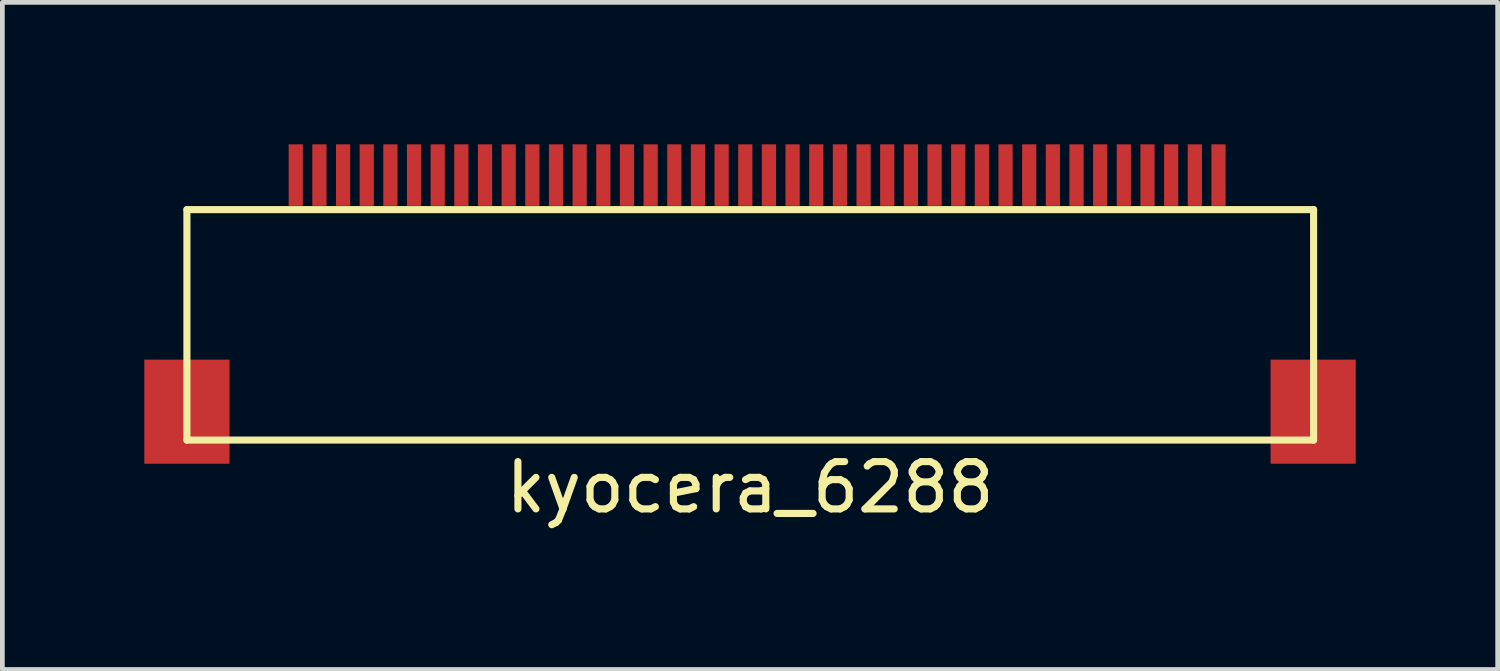
<source format=kicad_pcb>
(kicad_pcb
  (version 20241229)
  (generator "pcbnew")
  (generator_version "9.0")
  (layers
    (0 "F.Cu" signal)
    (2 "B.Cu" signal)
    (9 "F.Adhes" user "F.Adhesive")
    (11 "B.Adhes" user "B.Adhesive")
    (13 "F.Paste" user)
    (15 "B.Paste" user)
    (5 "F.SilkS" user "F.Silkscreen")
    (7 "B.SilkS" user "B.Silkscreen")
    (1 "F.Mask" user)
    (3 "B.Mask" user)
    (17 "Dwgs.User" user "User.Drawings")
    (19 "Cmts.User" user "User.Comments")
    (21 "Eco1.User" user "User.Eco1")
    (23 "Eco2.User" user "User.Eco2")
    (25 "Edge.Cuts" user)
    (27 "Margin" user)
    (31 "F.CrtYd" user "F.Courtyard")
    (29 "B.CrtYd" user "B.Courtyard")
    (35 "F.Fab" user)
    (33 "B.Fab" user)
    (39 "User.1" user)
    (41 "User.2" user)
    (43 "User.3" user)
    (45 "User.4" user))
  (footprint "kyocera_6288"
    (layer "F.Cu")
    (at 12.8 6.75)
    (property "Reference" "kyocera_6288" (at 0 0.5 0) (layer "F.SilkS") (effects (font (size 1 1) (thickness 0.15))))
    (attr through_hole)
    (fp_line (start -11.9 -0.5) (end -11.9 -5.37) (stroke (width 0.15) (type solid)) (layer "F.SilkS"))
    (fp_line (start 11.91 -0.5) (end 11.91 -5.37) (stroke (width 0.15) (type solid)) (layer "F.SilkS"))
    (fp_line (start 11.91 -5.37) (end -11.9 -5.37) (stroke (width 0.15) (type solid)) (layer "F.SilkS"))
    (fp_line (start 11.91 -0.5) (end -11.9 -0.5) (stroke (width 0.15) (type solid)) (layer "F.SilkS"))
    (pad "" smd rect (at -11.9 -1.1) (size 1.8 2.2) (layers "F.Cu" "F.Mask" "F.Paste"))
    (pad "" smd rect (at 11.9 -1.1) (size 1.8 2.2) (layers "F.Cu" "F.Mask" "F.Paste"))
    (pad "1" smd rect (at -9.6 -6.1) (size 0.3 1.3) (layers "F.Cu" "F.Mask" "F.Paste"))
    (pad "2" smd rect (at -9.1 -6.1) (size 0.3 1.3) (layers "F.Cu" "F.Mask" "F.Paste"))
    (pad "3" smd rect (at -8.6 -6.1) (size 0.3 1.3) (layers "F.Cu" "F.Mask" "F.Paste"))
    (pad "4" smd rect (at -8.1 -6.1) (size 0.3 1.3) (layers "F.Cu" "F.Mask" "F.Paste"))
    (pad "5" smd rect (at -7.6 -6.1) (size 0.3 1.3) (layers "F.Cu" "F.Mask" "F.Paste"))
    (pad "6" smd rect (at -7.1 -6.1) (size 0.3 1.3) (layers "F.Cu" "F.Mask" "F.Paste"))
    (pad "7" smd rect (at -6.6 -6.1) (size 0.3 1.3) (layers "F.Cu" "F.Mask" "F.Paste"))
    (pad "8" smd rect (at -6.1 -6.1) (size 0.3 1.3) (layers "F.Cu" "F.Mask" "F.Paste"))
    (pad "9" smd rect (at -5.6 -6.1) (size 0.3 1.3) (layers "F.Cu" "F.Mask" "F.Paste"))
    (pad "10" smd rect (at -5.1 -6.1) (size 0.3 1.3) (layers "F.Cu" "F.Mask" "F.Paste"))
    (pad "11" smd rect (at -4.6 -6.1) (size 0.3 1.3) (layers "F.Cu" "F.Mask" "F.Paste"))
    (pad "12" smd rect (at -4.1 -6.1) (size 0.3 1.3) (layers "F.Cu" "F.Mask" "F.Paste"))
    (pad "13" smd rect (at -3.6 -6.1) (size 0.3 1.3) (layers "F.Cu" "F.Mask" "F.Paste"))
    (pad "14" smd rect (at -3.1 -6.1) (size 0.3 1.3) (layers "F.Cu" "F.Mask" "F.Paste"))
    (pad "15" smd rect (at -2.6 -6.1) (size 0.3 1.3) (layers "F.Cu" "F.Mask" "F.Paste"))
    (pad "16" smd rect (at -2.1 -6.1) (size 0.3 1.3) (layers "F.Cu" "F.Mask" "F.Paste"))
    (pad "17" smd rect (at -1.6 -6.1) (size 0.3 1.3) (layers "F.Cu" "F.Mask" "F.Paste"))
    (pad "18" smd rect (at -1.1 -6.1) (size 0.3 1.3) (layers "F.Cu" "F.Mask" "F.Paste"))
    (pad "19" smd rect (at -0.6 -6.1) (size 0.3 1.3) (layers "F.Cu" "F.Mask" "F.Paste"))
    (pad "20" smd rect (at -0.1 -6.1) (size 0.3 1.3) (layers "F.Cu" "F.Mask" "F.Paste"))
    (pad "21" smd rect (at 0.4 -6.1) (size 0.3 1.3) (layers "F.Cu" "F.Mask" "F.Paste"))
    (pad "22" smd rect (at 0.9 -6.1) (size 0.3 1.3) (layers "F.Cu" "F.Mask" "F.Paste"))
    (pad "23" smd rect (at 1.4 -6.1) (size 0.3 1.3) (layers "F.Cu" "F.Mask" "F.Paste"))
    (pad "24" smd rect (at 1.9 -6.1) (size 0.3 1.3) (layers "F.Cu" "F.Mask" "F.Paste"))
    (pad "25" smd rect (at 2.4 -6.1) (size 0.3 1.3) (layers "F.Cu" "F.Mask" "F.Paste"))
    (pad "26" smd rect (at 2.9 -6.1) (size 0.3 1.3) (layers "F.Cu" "F.Mask" "F.Paste"))
    (pad "27" smd rect (at 3.4 -6.1) (size 0.3 1.3) (layers "F.Cu" "F.Mask" "F.Paste"))
    (pad "28" smd rect (at 3.9 -6.1) (size 0.3 1.3) (layers "F.Cu" "F.Mask" "F.Paste"))
    (pad "29" smd rect (at 4.4 -6.1) (size 0.3 1.3) (layers "F.Cu" "F.Mask" "F.Paste"))
    (pad "30" smd rect (at 4.9 -6.1) (size 0.3 1.3) (layers "F.Cu" "F.Mask" "F.Paste"))
    (pad "31" smd rect (at 5.4 -6.1) (size 0.3 1.3) (layers "F.Cu" "F.Mask" "F.Paste"))
    (pad "32" smd rect (at 5.9 -6.1) (size 0.3 1.3) (layers "F.Cu" "F.Mask" "F.Paste"))
    (pad "33" smd rect (at 6.4 -6.1) (size 0.3 1.3) (layers "F.Cu" "F.Mask" "F.Paste"))
    (pad "34" smd rect (at 6.9 -6.1) (size 0.3 1.3) (layers "F.Cu" "F.Mask" "F.Paste"))
    (pad "35" smd rect (at 7.4 -6.1) (size 0.3 1.3) (layers "F.Cu" "F.Mask" "F.Paste"))
    (pad "36" smd rect (at 7.9 -6.1) (size 0.3 1.3) (layers "F.Cu" "F.Mask" "F.Paste"))
    (pad "37" smd rect (at 8.4 -6.1) (size 0.3 1.3) (layers "F.Cu" "F.Mask" "F.Paste"))
    (pad "38" smd rect (at 8.9 -6.1) (size 0.3 1.3) (layers "F.Cu" "F.Mask" "F.Paste"))
    (pad "39" smd rect (at 9.4 -6.1) (size 0.3 1.3) (layers "F.Cu" "F.Mask" "F.Paste"))
    (pad "40" smd rect (at 9.9 -6.1) (size 0.3 1.3) (layers "F.Cu" "F.Mask" "F.Paste")))
  (gr_rect
    (start -3 -3)
    (end 28.6 11.098)
    (stroke (width 0.1) (type default))
    (fill no)
    (layer "Edge.Cuts")))
</source>
